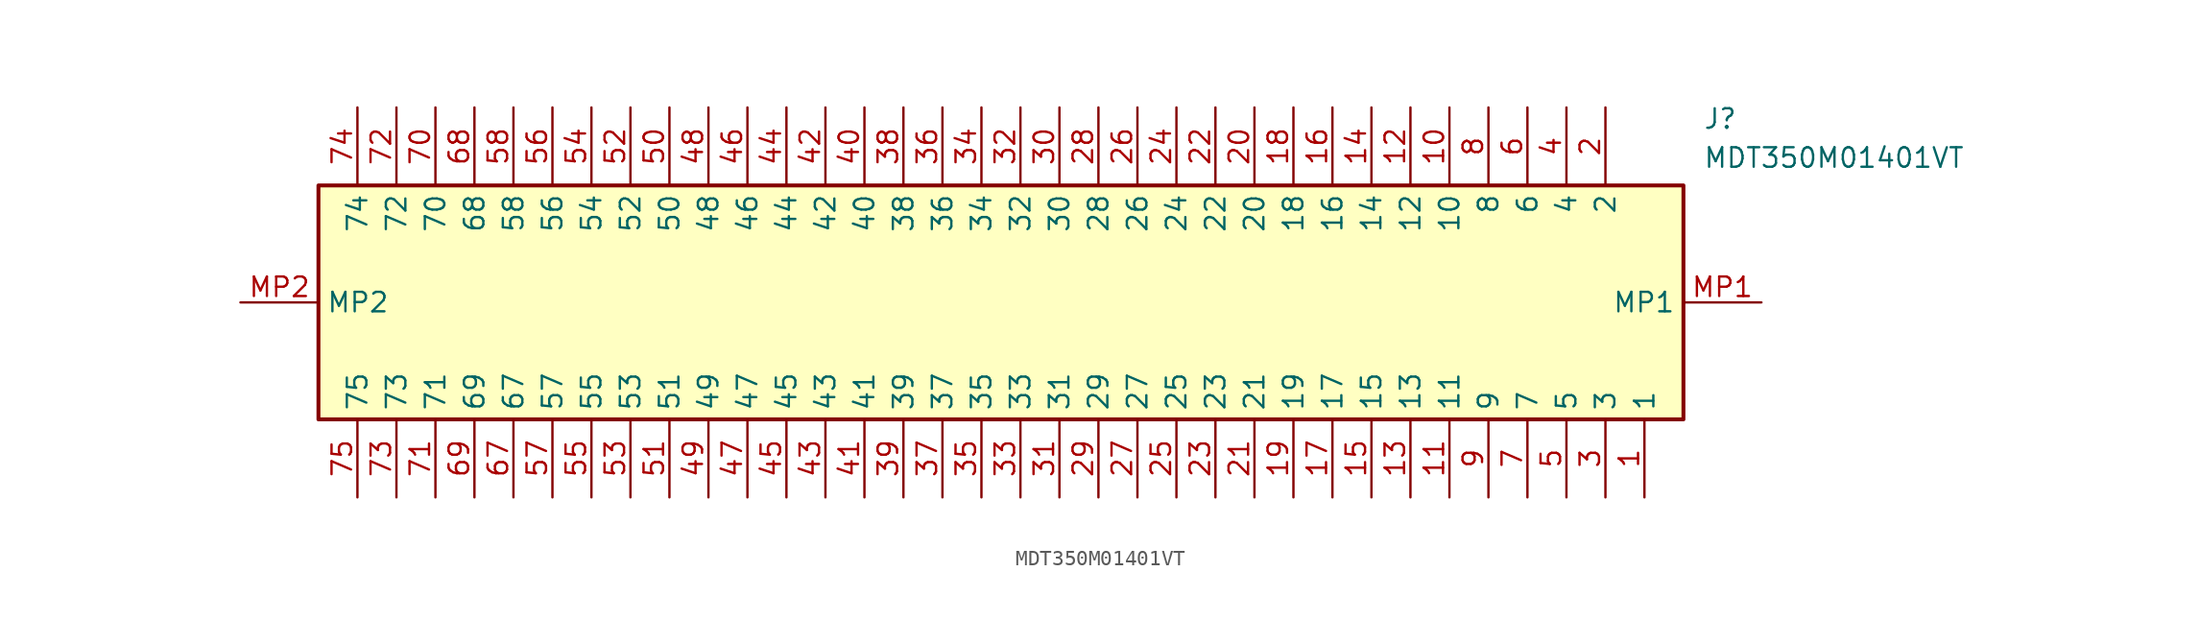
<source format=kicad_sym>
(kicad_symbol_lib
  (version 20211014)
  (generator SamacSys_ECAD_Model)
  (symbol "MDT350M01401VT"
    (property "Reference" "J"
      (at 95.25 12.7 0)
      (effects (font (size 1.27 1.27)) (justify left top)))
    (property "Value" "MDT350M01401VT"
      (at 95.25 10.16 0)
      (effects (font (size 1.27 1.27)) (justify left top)))
    (rectangle
      (start 5.08 7.62)
      (end 93.98 -7.62)
      (stroke (width 0.254) (type default))
      (fill (type background)))
    (pin passive line
      (at 91.44 -12.7 90)
      (length 5.08)
      (name "1" (effects (font (size 1.27 1.27))))
      (number "1" (effects (font (size 1.27 1.27)))))
    (pin passive line
      (at 88.9 12.7 270)
      (length 5.08)
      (name "2" (effects (font (size 1.27 1.27))))
      (number "2" (effects (font (size 1.27 1.27)))))
    (pin passive line
      (at 88.9 -12.7 90)
      (length 5.08)
      (name "3" (effects (font (size 1.27 1.27))))
      (number "3" (effects (font (size 1.27 1.27)))))
    (pin passive line
      (at 86.36 12.7 270)
      (length 5.08)
      (name "4" (effects (font (size 1.27 1.27))))
      (number "4" (effects (font (size 1.27 1.27)))))
    (pin passive line
      (at 86.36 -12.7 90)
      (length 5.08)
      (name "5" (effects (font (size 1.27 1.27))))
      (number "5" (effects (font (size 1.27 1.27)))))
    (pin passive line
      (at 83.82 12.7 270)
      (length 5.08)
      (name "6" (effects (font (size 1.27 1.27))))
      (number "6" (effects (font (size 1.27 1.27)))))
    (pin passive line
      (at 83.82 -12.7 90)
      (length 5.08)
      (name "7" (effects (font (size 1.27 1.27))))
      (number "7" (effects (font (size 1.27 1.27)))))
    (pin passive line
      (at 81.28 12.7 270)
      (length 5.08)
      (name "8" (effects (font (size 1.27 1.27))))
      (number "8" (effects (font (size 1.27 1.27)))))
    (pin passive line
      (at 81.28 -12.7 90)
      (length 5.08)
      (name "9" (effects (font (size 1.27 1.27))))
      (number "9" (effects (font (size 1.27 1.27)))))
    (pin passive line
      (at 78.74 12.7 270)
      (length 5.08)
      (name "10" (effects (font (size 1.27 1.27))))
      (number "10" (effects (font (size 1.27 1.27)))))
    (pin passive line
      (at 78.74 -12.7 90)
      (length 5.08)
      (name "11" (effects (font (size 1.27 1.27))))
      (number "11" (effects (font (size 1.27 1.27)))))
    (pin passive line
      (at 76.2 12.7 270)
      (length 5.08)
      (name "12" (effects (font (size 1.27 1.27))))
      (number "12" (effects (font (size 1.27 1.27)))))
    (pin passive line
      (at 76.2 -12.7 90)
      (length 5.08)
      (name "13" (effects (font (size 1.27 1.27))))
      (number "13" (effects (font (size 1.27 1.27)))))
    (pin passive line
      (at 73.66 12.7 270)
      (length 5.08)
      (name "14" (effects (font (size 1.27 1.27))))
      (number "14" (effects (font (size 1.27 1.27)))))
    (pin passive line
      (at 73.66 -12.7 90)
      (length 5.08)
      (name "15" (effects (font (size 1.27 1.27))))
      (number "15" (effects (font (size 1.27 1.27)))))
    (pin passive line
      (at 71.12 12.7 270)
      (length 5.08)
      (name "16" (effects (font (size 1.27 1.27))))
      (number "16" (effects (font (size 1.27 1.27)))))
    (pin passive line
      (at 71.12 -12.7 90)
      (length 5.08)
      (name "17" (effects (font (size 1.27 1.27))))
      (number "17" (effects (font (size 1.27 1.27)))))
    (pin passive line
      (at 68.58 12.7 270)
      (length 5.08)
      (name "18" (effects (font (size 1.27 1.27))))
      (number "18" (effects (font (size 1.27 1.27)))))
    (pin passive line
      (at 68.58 -12.7 90)
      (length 5.08)
      (name "19" (effects (font (size 1.27 1.27))))
      (number "19" (effects (font (size 1.27 1.27)))))
    (pin passive line
      (at 66.04 12.7 270)
      (length 5.08)
      (name "20" (effects (font (size 1.27 1.27))))
      (number "20" (effects (font (size 1.27 1.27)))))
    (pin passive line
      (at 66.04 -12.7 90)
      (length 5.08)
      (name "21" (effects (font (size 1.27 1.27))))
      (number "21" (effects (font (size 1.27 1.27)))))
    (pin passive line
      (at 63.5 12.7 270)
      (length 5.08)
      (name "22" (effects (font (size 1.27 1.27))))
      (number "22" (effects (font (size 1.27 1.27)))))
    (pin passive line
      (at 63.5 -12.7 90)
      (length 5.08)
      (name "23" (effects (font (size 1.27 1.27))))
      (number "23" (effects (font (size 1.27 1.27)))))
    (pin passive line
      (at 60.96 12.7 270)
      (length 5.08)
      (name "24" (effects (font (size 1.27 1.27))))
      (number "24" (effects (font (size 1.27 1.27)))))
    (pin passive line
      (at 60.96 -12.7 90)
      (length 5.08)
      (name "25" (effects (font (size 1.27 1.27))))
      (number "25" (effects (font (size 1.27 1.27)))))
    (pin passive line
      (at 58.42 12.7 270)
      (length 5.08)
      (name "26" (effects (font (size 1.27 1.27))))
      (number "26" (effects (font (size 1.27 1.27)))))
    (pin passive line
      (at 58.42 -12.7 90)
      (length 5.08)
      (name "27" (effects (font (size 1.27 1.27))))
      (number "27" (effects (font (size 1.27 1.27)))))
    (pin passive line
      (at 55.88 12.7 270)
      (length 5.08)
      (name "28" (effects (font (size 1.27 1.27))))
      (number "28" (effects (font (size 1.27 1.27)))))
    (pin passive line
      (at 55.88 -12.7 90)
      (length 5.08)
      (name "29" (effects (font (size 1.27 1.27))))
      (number "29" (effects (font (size 1.27 1.27)))))
    (pin passive line
      (at 53.34 12.7 270)
      (length 5.08)
      (name "30" (effects (font (size 1.27 1.27))))
      (number "30" (effects (font (size 1.27 1.27)))))
    (pin passive line
      (at 53.34 -12.7 90)
      (length 5.08)
      (name "31" (effects (font (size 1.27 1.27))))
      (number "31" (effects (font (size 1.27 1.27)))))
    (pin passive line
      (at 50.8 12.7 270)
      (length 5.08)
      (name "32" (effects (font (size 1.27 1.27))))
      (number "32" (effects (font (size 1.27 1.27)))))
    (pin passive line
      (at 50.8 -12.7 90)
      (length 5.08)
      (name "33" (effects (font (size 1.27 1.27))))
      (number "33" (effects (font (size 1.27 1.27)))))
    (pin passive line
      (at 48.26 12.7 270)
      (length 5.08)
      (name "34" (effects (font (size 1.27 1.27))))
      (number "34" (effects (font (size 1.27 1.27)))))
    (pin passive line
      (at 48.26 -12.7 90)
      (length 5.08)
      (name "35" (effects (font (size 1.27 1.27))))
      (number "35" (effects (font (size 1.27 1.27)))))
    (pin passive line
      (at 45.72 12.7 270)
      (length 5.08)
      (name "36" (effects (font (size 1.27 1.27))))
      (number "36" (effects (font (size 1.27 1.27)))))
    (pin passive line
      (at 45.72 -12.7 90)
      (length 5.08)
      (name "37" (effects (font (size 1.27 1.27))))
      (number "37" (effects (font (size 1.27 1.27)))))
    (pin passive line
      (at 43.18 12.7 270)
      (length 5.08)
      (name "38" (effects (font (size 1.27 1.27))))
      (number "38" (effects (font (size 1.27 1.27)))))
    (pin passive line
      (at 43.18 -12.7 90)
      (length 5.08)
      (name "39" (effects (font (size 1.27 1.27))))
      (number "39" (effects (font (size 1.27 1.27)))))
    (pin passive line
      (at 40.64 12.7 270)
      (length 5.08)
      (name "40" (effects (font (size 1.27 1.27))))
      (number "40" (effects (font (size 1.27 1.27)))))
    (pin passive line
      (at 40.64 -12.7 90)
      (length 5.08)
      (name "41" (effects (font (size 1.27 1.27))))
      (number "41" (effects (font (size 1.27 1.27)))))
    (pin passive line
      (at 38.1 12.7 270)
      (length 5.08)
      (name "42" (effects (font (size 1.27 1.27))))
      (number "42" (effects (font (size 1.27 1.27)))))
    (pin passive line
      (at 38.1 -12.7 90)
      (length 5.08)
      (name "43" (effects (font (size 1.27 1.27))))
      (number "43" (effects (font (size 1.27 1.27)))))
    (pin passive line
      (at 35.56 12.7 270)
      (length 5.08)
      (name "44" (effects (font (size 1.27 1.27))))
      (number "44" (effects (font (size 1.27 1.27)))))
    (pin passive line
      (at 35.56 -12.7 90)
      (length 5.08)
      (name "45" (effects (font (size 1.27 1.27))))
      (number "45" (effects (font (size 1.27 1.27)))))
    (pin passive line
      (at 33.02 12.7 270)
      (length 5.08)
      (name "46" (effects (font (size 1.27 1.27))))
      (number "46" (effects (font (size 1.27 1.27)))))
    (pin passive line
      (at 33.02 -12.7 90)
      (length 5.08)
      (name "47" (effects (font (size 1.27 1.27))))
      (number "47" (effects (font (size 1.27 1.27)))))
    (pin passive line
      (at 30.48 12.7 270)
      (length 5.08)
      (name "48" (effects (font (size 1.27 1.27))))
      (number "48" (effects (font (size 1.27 1.27)))))
    (pin passive line
      (at 30.48 -12.7 90)
      (length 5.08)
      (name "49" (effects (font (size 1.27 1.27))))
      (number "49" (effects (font (size 1.27 1.27)))))
    (pin passive line
      (at 27.94 12.7 270)
      (length 5.08)
      (name "50" (effects (font (size 1.27 1.27))))
      (number "50" (effects (font (size 1.27 1.27)))))
    (pin passive line
      (at 27.94 -12.7 90)
      (length 5.08)
      (name "51" (effects (font (size 1.27 1.27))))
      (number "51" (effects (font (size 1.27 1.27)))))
    (pin passive line
      (at 25.4 12.7 270)
      (length 5.08)
      (name "52" (effects (font (size 1.27 1.27))))
      (number "52" (effects (font (size 1.27 1.27)))))
    (pin passive line
      (at 25.4 -12.7 90)
      (length 5.08)
      (name "53" (effects (font (size 1.27 1.27))))
      (number "53" (effects (font (size 1.27 1.27)))))
    (pin passive line
      (at 22.86 12.7 270)
      (length 5.08)
      (name "54" (effects (font (size 1.27 1.27))))
      (number "54" (effects (font (size 1.27 1.27)))))
    (pin passive line
      (at 22.86 -12.7 90)
      (length 5.08)
      (name "55" (effects (font (size 1.27 1.27))))
      (number "55" (effects (font (size 1.27 1.27)))))
    (pin passive line
      (at 20.32 12.7 270)
      (length 5.08)
      (name "56" (effects (font (size 1.27 1.27))))
      (number "56" (effects (font (size 1.27 1.27)))))
    (pin passive line
      (at 20.32 -12.7 90)
      (length 5.08)
      (name "57" (effects (font (size 1.27 1.27))))
      (number "57" (effects (font (size 1.27 1.27)))))
    (pin passive line
      (at 17.78 12.7 270)
      (length 5.08)
      (name "58" (effects (font (size 1.27 1.27))))
      (number "58" (effects (font (size 1.27 1.27)))))
    (pin passive line
      (at 17.78 -12.7 90)
      (length 5.08)
      (name "67" (effects (font (size 1.27 1.27))))
      (number "67" (effects (font (size 1.27 1.27)))))
    (pin passive line
      (at 15.24 12.7 270)
      (length 5.08)
      (name "68" (effects (font (size 1.27 1.27))))
      (number "68" (effects (font (size 1.27 1.27)))))
    (pin passive line
      (at 15.24 -12.7 90)
      (length 5.08)
      (name "69" (effects (font (size 1.27 1.27))))
      (number "69" (effects (font (size 1.27 1.27)))))
    (pin passive line
      (at 12.7 12.7 270)
      (length 5.08)
      (name "70" (effects (font (size 1.27 1.27))))
      (number "70" (effects (font (size 1.27 1.27)))))
    (pin passive line
      (at 12.7 -12.7 90)
      (length 5.08)
      (name "71" (effects (font (size 1.27 1.27))))
      (number "71" (effects (font (size 1.27 1.27)))))
    (pin passive line
      (at 10.16 12.7 270)
      (length 5.08)
      (name "72" (effects (font (size 1.27 1.27))))
      (number "72" (effects (font (size 1.27 1.27)))))
    (pin passive line
      (at 10.16 -12.7 90)
      (length 5.08)
      (name "73" (effects (font (size 1.27 1.27))))
      (number "73" (effects (font (size 1.27 1.27)))))
    (pin passive line
      (at 7.62 12.7 270)
      (length 5.08)
      (name "74" (effects (font (size 1.27 1.27))))
      (number "74" (effects (font (size 1.27 1.27)))))
    (pin passive line
      (at 7.62 -12.7 90)
      (length 5.08)
      (name "75" (effects (font (size 1.27 1.27))))
      (number "75" (effects (font (size 1.27 1.27)))))
    (pin passive line
      (at 99.06 0 180)
      (length 5.08)
      (name "MP1" (effects (font (size 1.27 1.27))))
      (number "MP1" (effects (font (size 1.27 1.27)))))
    (pin passive line
      (at 0 0 0)
      (length 5.08)
      (name "MP2" (effects (font (size 1.27 1.27))))
      (number "MP2" (effects (font (size 1.27 1.27)))))))
</source>
